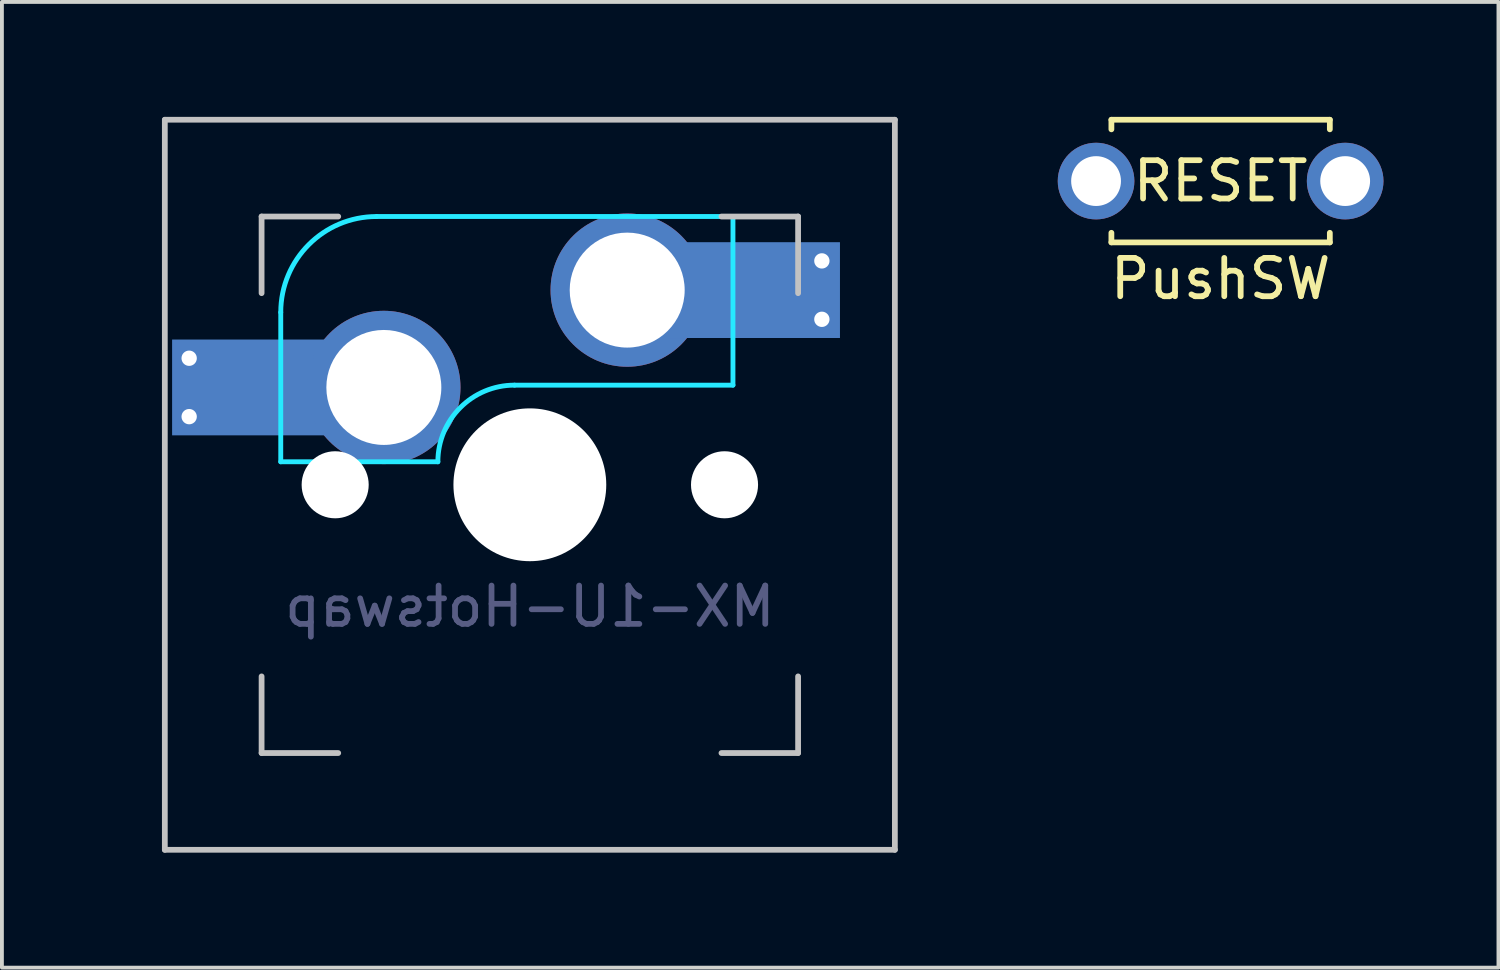
<source format=kicad_pcb>
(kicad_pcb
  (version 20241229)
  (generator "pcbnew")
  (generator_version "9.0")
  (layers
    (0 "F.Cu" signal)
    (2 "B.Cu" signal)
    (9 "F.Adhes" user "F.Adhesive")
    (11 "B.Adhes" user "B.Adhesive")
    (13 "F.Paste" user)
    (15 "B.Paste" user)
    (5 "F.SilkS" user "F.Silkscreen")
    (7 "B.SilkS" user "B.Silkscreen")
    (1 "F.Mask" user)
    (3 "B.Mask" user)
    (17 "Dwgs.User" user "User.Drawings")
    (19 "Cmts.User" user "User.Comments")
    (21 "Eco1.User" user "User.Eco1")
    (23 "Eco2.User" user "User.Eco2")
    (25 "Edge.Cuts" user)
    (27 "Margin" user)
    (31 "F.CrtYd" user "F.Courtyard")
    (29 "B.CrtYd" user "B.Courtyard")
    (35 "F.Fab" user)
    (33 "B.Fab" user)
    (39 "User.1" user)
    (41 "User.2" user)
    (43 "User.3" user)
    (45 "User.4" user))
  (footprint "PushSW"
    (layer "F.Cu")
    (at 28.801 1.675)
    (property "Reference" "PushSW" (at 0 2.55 0) (layer "F.SilkS") (effects (font (size 1 1) (thickness 0.15))))
    (attr through_hole)
    (fp_line (start -2.85 -1.6) (end -2.85 -1.35) (stroke (width 0.15) (type solid)) (layer "F.SilkS"))
    (fp_line (start -2.85 -1.6) (end 2.85 -1.6) (stroke (width 0.15) (type solid)) (layer "F.SilkS"))
    (fp_line (start -2.85 1.6) (end -2.85 1.35) (stroke (width 0.15) (type solid)) (layer "F.SilkS"))
    (fp_line (start -2.85 1.6) (end 2.85 1.6) (stroke (width 0.15) (type solid)) (layer "F.SilkS"))
    (fp_line (start 2.85 -1.6) (end 2.85 -1.35) (stroke (width 0.15) (type solid)) (layer "F.SilkS"))
    (fp_line (start 2.85 1.6) (end 2.85 1.35) (stroke (width 0.15) (type solid)) (layer "F.SilkS"))
    (fp_text user "RESET" (at 0 0 0) (layer "F.SilkS") (effects (font (size 1 1) (thickness 0.15))))
    (pad "1" thru_hole circle (at 3.25 0) (size 2 2) (drill 1.3) (layers "*.Cu" "B.Mask"))
    (pad "2" thru_hole circle (at -3.25 0) (size 2 2) (drill 1.3) (layers "*.Cu" "B.Mask")))
  (footprint "MX-1U-Hotswap"
    (layer "F.Cu")
    (at 10.776 9.6)
    (property "Reference" "MX-1U-Hotswap" (at 0 3.175 0) (layer "B.Fab") (effects (font (size 1 1) (thickness 0.15)) (justify mirror)))
    (attr through_hole)
    (fp_line (start -9.525 -9.525) (end 9.525 -9.525) (stroke (width 0.15) (type solid)) (layer "Dwgs.User"))
    (fp_line (start -9.525 9.525) (end -9.525 -9.525) (stroke (width 0.15) (type solid)) (layer "Dwgs.User"))
    (fp_line (start -7 -7) (end -7 -5) (stroke (width 0.15) (type solid)) (layer "Dwgs.User"))
    (fp_line (start -7 5) (end -7 7) (stroke (width 0.15) (type solid)) (layer "Dwgs.User"))
    (fp_line (start -7 7) (end -5 7) (stroke (width 0.15) (type solid)) (layer "Dwgs.User"))
    (fp_line (start -5 -7) (end -7 -7) (stroke (width 0.15) (type solid)) (layer "Dwgs.User"))
    (fp_line (start 5 -7) (end 7 -7) (stroke (width 0.15) (type solid)) (layer "Dwgs.User"))
    (fp_line (start 5 7) (end 7 7) (stroke (width 0.15) (type solid)) (layer "Dwgs.User"))
    (fp_line (start 7 -7) (end 7 -5) (stroke (width 0.15) (type solid)) (layer "Dwgs.User"))
    (fp_line (start 7 7) (end 7 5) (stroke (width 0.15) (type solid)) (layer "Dwgs.User"))
    (fp_line (start 9.525 -9.525) (end 9.525 9.525) (stroke (width 0.15) (type solid)) (layer "Dwgs.User"))
    (fp_line (start 9.525 9.525) (end -9.525 9.525) (stroke (width 0.15) (type solid)) (layer "Dwgs.User"))
    (fp_line (start -6.5 -4.5) (end -6.5 -0.6) (stroke (width 0.127) (type solid)) (layer "B.CrtYd"))
    (fp_line (start -6.5 -0.6) (end -2.4 -0.6) (stroke (width 0.127) (type solid)) (layer "B.CrtYd"))
    (fp_line (start -0.4 -2.6) (end 5.3 -2.6) (stroke (width 0.127) (type solid)) (layer "B.CrtYd"))
    (fp_line (start 5.3 -7) (end -4 -7) (stroke (width 0.127) (type solid)) (layer "B.CrtYd"))
    (fp_line (start 5.3 -7) (end 5.3 -2.6) (stroke (width 0.127) (type solid)) (layer "B.CrtYd"))
    (fp_arc (start -6.5 -4.5) (mid -5.767767 -6.267767) (end -4 -7) (stroke (width 0.127) (type solid)) (layer "B.CrtYd"))
    (fp_arc (start -2.4 -0.6) (mid -1.814214 -2.014214) (end -0.4 -2.6) (stroke (width 0.127) (type solid)) (layer "B.CrtYd"))
    (fp_poly (pts (xy 8.334 -8.334) (xy 4.763 -8.334) (xy 3.572 -9.525) (xy -3.572 -9.525) (xy -4.763 -8.334) (xy -7.144 -8.334) (xy -8.334 -5.953) (xy -9.525 -5.953) (xy -10.716 -4.763) (xy -10.716 0) (xy -9.525 1.191) (xy -8.334 1.191) (xy -7.144 2.381) (xy -7.144 7.144) (xy 7.144 7.144) (xy 7.144 -1.191) (xy 8.334 -1.191) (xy 9.525 -2.381) (xy 9.525 -7.144)) (stroke (width 0.12) (type dash_dot_dot)) (fill no) (layer "User.2"))
    (fp_poly (pts (xy -9.525 -5.953) (xy -10.716 -4.763) (xy -10.716 0) (xy -9.525 1.191) (xy -8.334 1.191) (xy -7.144 2.381) (xy -7.144 7.144) (xy 7.144 7.144) (xy 7.144 2.381) (xy 8.334 1.191) (xy 9.525 1.191) (xy 10.716 0) (xy 10.716 -4.763) (xy 9.525 -5.953) (xy 9.525 -7.144) (xy 8.334 -8.334) (xy 4.763 -8.334) (xy 3.572 -9.525) (xy -3.572 -9.525) (xy -4.763 -8.334) (xy -8.334 -8.334) (xy -9.525 -7.144)) (stroke (width 0.12) (type dot)) (fill no) (layer "User.2"))
    (pad "" smd rect (at -7.085 -2.54) (size 2.55 2.5) (layers "B.Mask" "B.Paste"))
    (pad "" np_thru_hole circle (at -5.08 0 48.1) (size 1.75 1.75) (drill 1.75) (layers "*.Cu" "*.Mask"))
    (pad "" np_thru_hole circle (at 0 0) (size 3.988 3.988) (drill 3.988) (layers "*.Cu" "*.Mask"))
    (pad "" np_thru_hole circle (at 5.08 0 48.1) (size 1.75 1.75) (drill 1.75) (layers "*.Cu" "*.Mask"))
    (pad "" smd rect (at 5.815 -5.08) (size 2.55 2.5) (layers "B.Mask" "B.Paste"))
    (pad "1" thru_hole circle (at -8.89 -3.302) (size 0.8 0.8) (drill 0.4) (layers "*.Cu"))
    (pad "1" thru_hole circle (at -8.89 -1.778) (size 0.8 0.8) (drill 0.4) (layers "*.Cu"))
    (pad "1" smd rect (at -7.085 -2.54) (size 4.5 2.5) (layers "B.Cu"))
    (pad "1" thru_hole circle (at -3.81 -2.54) (size 4 4) (drill 3) (layers "*.Cu"))
    (pad "2" thru_hole circle (at 2.54 -5.08) (size 4 4) (drill 3) (layers "*.Cu"))
    (pad "2" smd rect (at 5.842 -5.08) (size 4.5 2.5) (layers "B.Cu"))
    (pad "2" thru_hole circle (at 7.62 -5.842) (size 0.8 0.8) (drill 0.4) (layers "*.Cu"))
    (pad "2" thru_hole circle (at 7.62 -4.318) (size 0.8 0.8) (drill 0.4) (layers "*.Cu")))
  (gr_rect
    (start -3 -3)
    (end 36.051 22.2)
    (stroke (width 0.1) (type default))
    (fill no)
    (layer "Edge.Cuts")))
</source>
